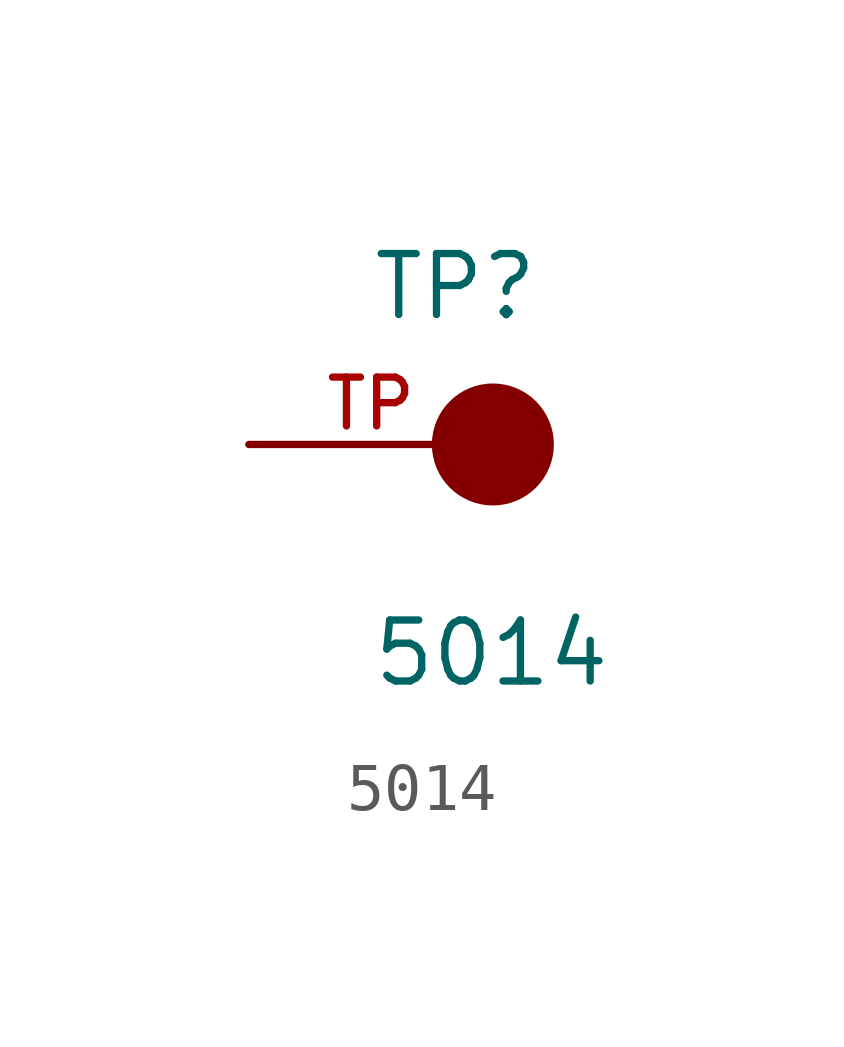
<source format=kicad_sym>
(kicad_symbol_lib
  (version 20211014)
  (generator kicad_symbol_editor)
  (symbol "5014"
    (pin_names
      (offset 1.016))
    (property "Reference" "TP"
      (at -2.544 2.541 0)
      (effects (font (size 1.27 1.27)) (justify bottom left)))
    (property "Value" "5014"
      (at -2.55 -5.087 0)
      (effects (font (size 1.27 1.27)) (justify bottom left)))
    (symbol "5014_0_0"
      (circle (center 0.0 0.0) (radius 0.635) (stroke (width 1.27)) (fill (type none)))
      (pin passive line (at -5.08 0.0 0) (length 5.08) (name "~" (effects (font (size 1.016 1.016)))) (number "TP" (effects (font (size 1.016 1.016))))))))
</source>
